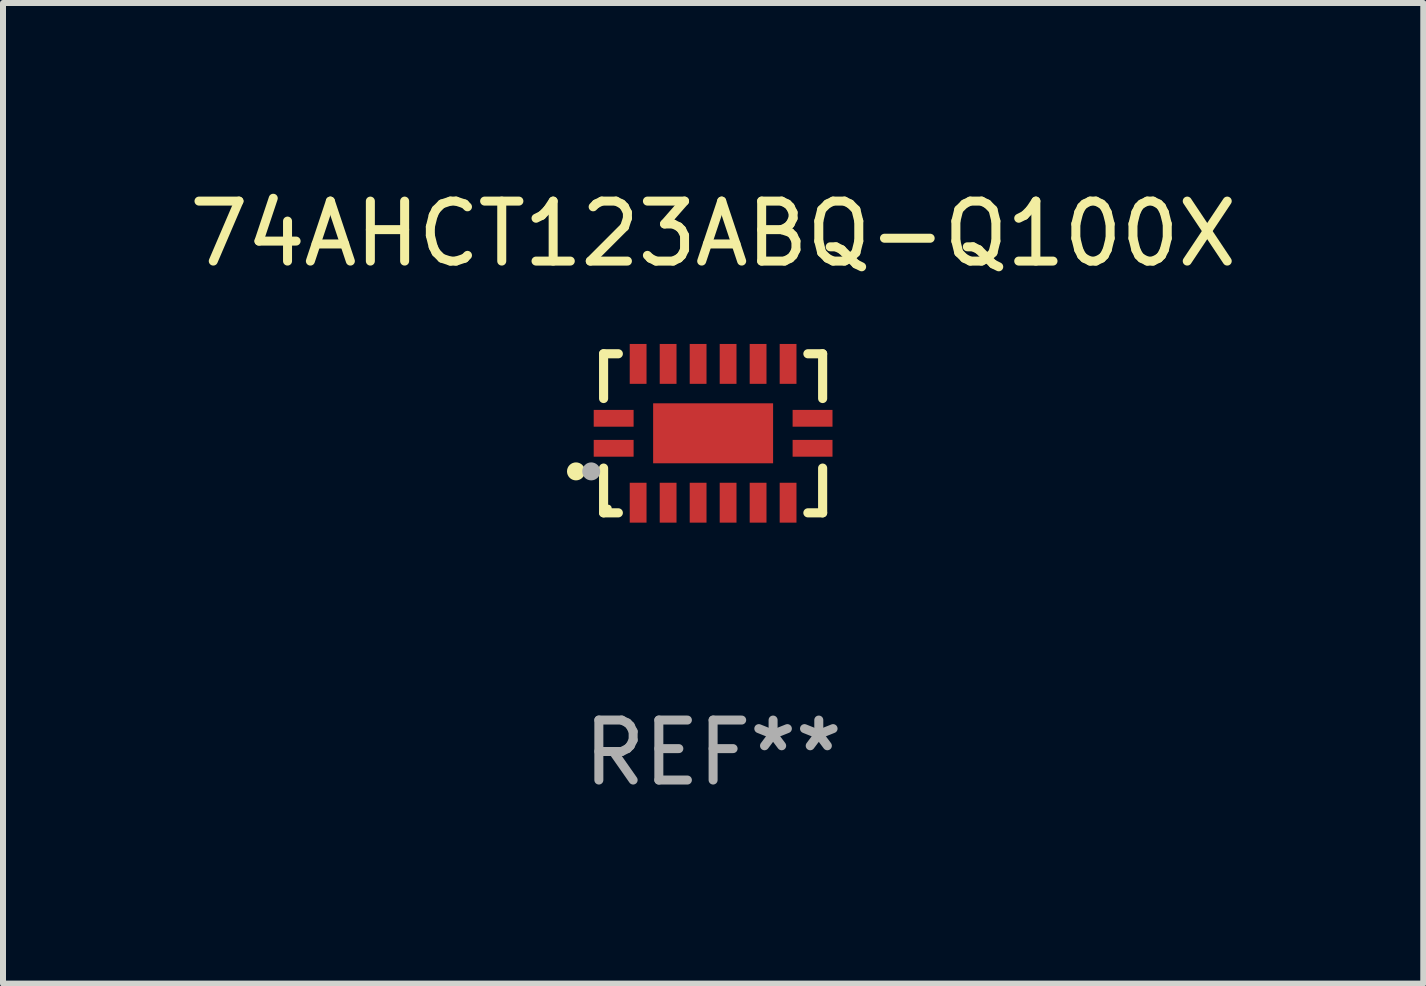
<source format=kicad_pcb>
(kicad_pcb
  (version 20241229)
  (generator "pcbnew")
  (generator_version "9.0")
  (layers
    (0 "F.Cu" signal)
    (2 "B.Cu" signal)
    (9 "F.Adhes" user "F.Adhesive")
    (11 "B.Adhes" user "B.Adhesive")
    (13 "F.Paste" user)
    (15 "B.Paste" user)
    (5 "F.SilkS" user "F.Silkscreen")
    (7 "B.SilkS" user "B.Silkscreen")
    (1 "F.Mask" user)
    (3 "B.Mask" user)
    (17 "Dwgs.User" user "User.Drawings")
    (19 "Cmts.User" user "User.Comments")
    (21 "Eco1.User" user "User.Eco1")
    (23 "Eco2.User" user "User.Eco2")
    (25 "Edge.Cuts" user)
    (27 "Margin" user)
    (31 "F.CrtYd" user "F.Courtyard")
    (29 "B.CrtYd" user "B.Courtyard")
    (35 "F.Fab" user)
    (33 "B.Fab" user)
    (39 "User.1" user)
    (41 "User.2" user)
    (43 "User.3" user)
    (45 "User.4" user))
  (footprint "74AHCT123ABQ-Q100X"
    (layer "F.Cu")
    (at 8.839 4.174)
    (property "Reference" "74AHCT123ABQ-Q100X" (at 0 -3.326 0) (layer "F.SilkS") (effects (font (size 1 1) (thickness 0.15))))
    (attr through_hole)
    (fp_line (start -1.826 -1.326) (end -1.58 -1.326) (stroke (width 0.152) (type solid)) (layer "F.SilkS"))
    (fp_line (start -1.826 -0.58) (end -1.826 -1.326) (stroke (width 0.152) (type solid)) (layer "F.SilkS"))
    (fp_line (start -1.826 0.58) (end -1.826 1.326) (stroke (width 0.152) (type solid)) (layer "F.SilkS"))
    (fp_line (start -1.826 1.326) (end -1.58 1.326) (stroke (width 0.152) (type solid)) (layer "F.SilkS"))
    (fp_line (start 1.826 -1.326) (end 1.58 -1.326) (stroke (width 0.152) (type solid)) (layer "F.SilkS"))
    (fp_line (start 1.826 -0.58) (end 1.826 -1.326) (stroke (width 0.152) (type solid)) (layer "F.SilkS"))
    (fp_line (start 1.826 0.58) (end 1.826 1.326) (stroke (width 0.152) (type solid)) (layer "F.SilkS"))
    (fp_line (start 1.826 1.326) (end 1.58 1.326) (stroke (width 0.152) (type solid)) (layer "F.SilkS"))
    (fp_circle (center -2.286 0.635) (end -2.211 0.635) (stroke (width 0.15) (type solid)) (fill no) (layer "F.SilkS"))
    (fp_circle (center -1.75 1.25) (end -1.72 1.25) (stroke (width 0.06) (type solid)) (fill no) (layer "F.SilkS"))
    (fp_circle (center -2.032 0.635) (end -1.957 0.635) (stroke (width 0.15) (type solid)) (fill no) (layer "F.Fab"))
    (fp_text user "REF**" (at 0 5.326 0) (layer "F.Fab") (effects (font (size 1 1) (thickness 0.15))))
    (pad "1" smd rect (at -1.658 0.25) (size 0.665 0.28) (layers "F.Cu" "F.Mask" "F.Paste"))
    (pad "2" smd rect (at -1.25 1.157) (size 0.28 0.665) (layers "F.Cu" "F.Mask" "F.Paste"))
    (pad "3" smd rect (at -0.75 1.157) (size 0.28 0.665) (layers "F.Cu" "F.Mask" "F.Paste"))
    (pad "4" smd rect (at -0.25 1.157) (size 0.28 0.665) (layers "F.Cu" "F.Mask" "F.Paste"))
    (pad "5" smd rect (at 0.25 1.157) (size 0.28 0.665) (layers "F.Cu" "F.Mask" "F.Paste"))
    (pad "6" smd rect (at 0.75 1.157) (size 0.28 0.665) (layers "F.Cu" "F.Mask" "F.Paste"))
    (pad "7" smd rect (at 1.25 1.157) (size 0.28 0.665) (layers "F.Cu" "F.Mask" "F.Paste"))
    (pad "8" smd rect (at 1.658 0.25) (size 0.665 0.28) (layers "F.Cu" "F.Mask" "F.Paste"))
    (pad "9" smd rect (at 1.658 -0.25) (size 0.665 0.28) (layers "F.Cu" "F.Mask" "F.Paste"))
    (pad "10" smd rect (at 1.25 -1.157) (size 0.28 0.665) (layers "F.Cu" "F.Mask" "F.Paste"))
    (pad "11" smd rect (at 0.75 -1.157) (size 0.28 0.665) (layers "F.Cu" "F.Mask" "F.Paste"))
    (pad "12" smd rect (at 0.25 -1.157) (size 0.28 0.665) (layers "F.Cu" "F.Mask" "F.Paste"))
    (pad "13" smd rect (at -0.25 -1.157) (size 0.28 0.665) (layers "F.Cu" "F.Mask" "F.Paste"))
    (pad "14" smd rect (at -0.75 -1.157) (size 0.28 0.665) (layers "F.Cu" "F.Mask" "F.Paste"))
    (pad "15" smd rect (at -1.25 -1.157) (size 0.28 0.665) (layers "F.Cu" "F.Mask" "F.Paste"))
    (pad "16" smd rect (at -1.658 -0.25) (size 0.665 0.28) (layers "F.Cu" "F.Mask" "F.Paste"))
    (pad "17" smd rect (at 0 0) (size 2 1) (layers "F.Cu" "F.Mask" "F.Paste")))
  (gr_rect
    (start -3 -3)
    (end 20.679 13.349)
    (stroke (width 0.1) (type default))
    (fill no)
    (layer "Edge.Cuts")))
</source>
